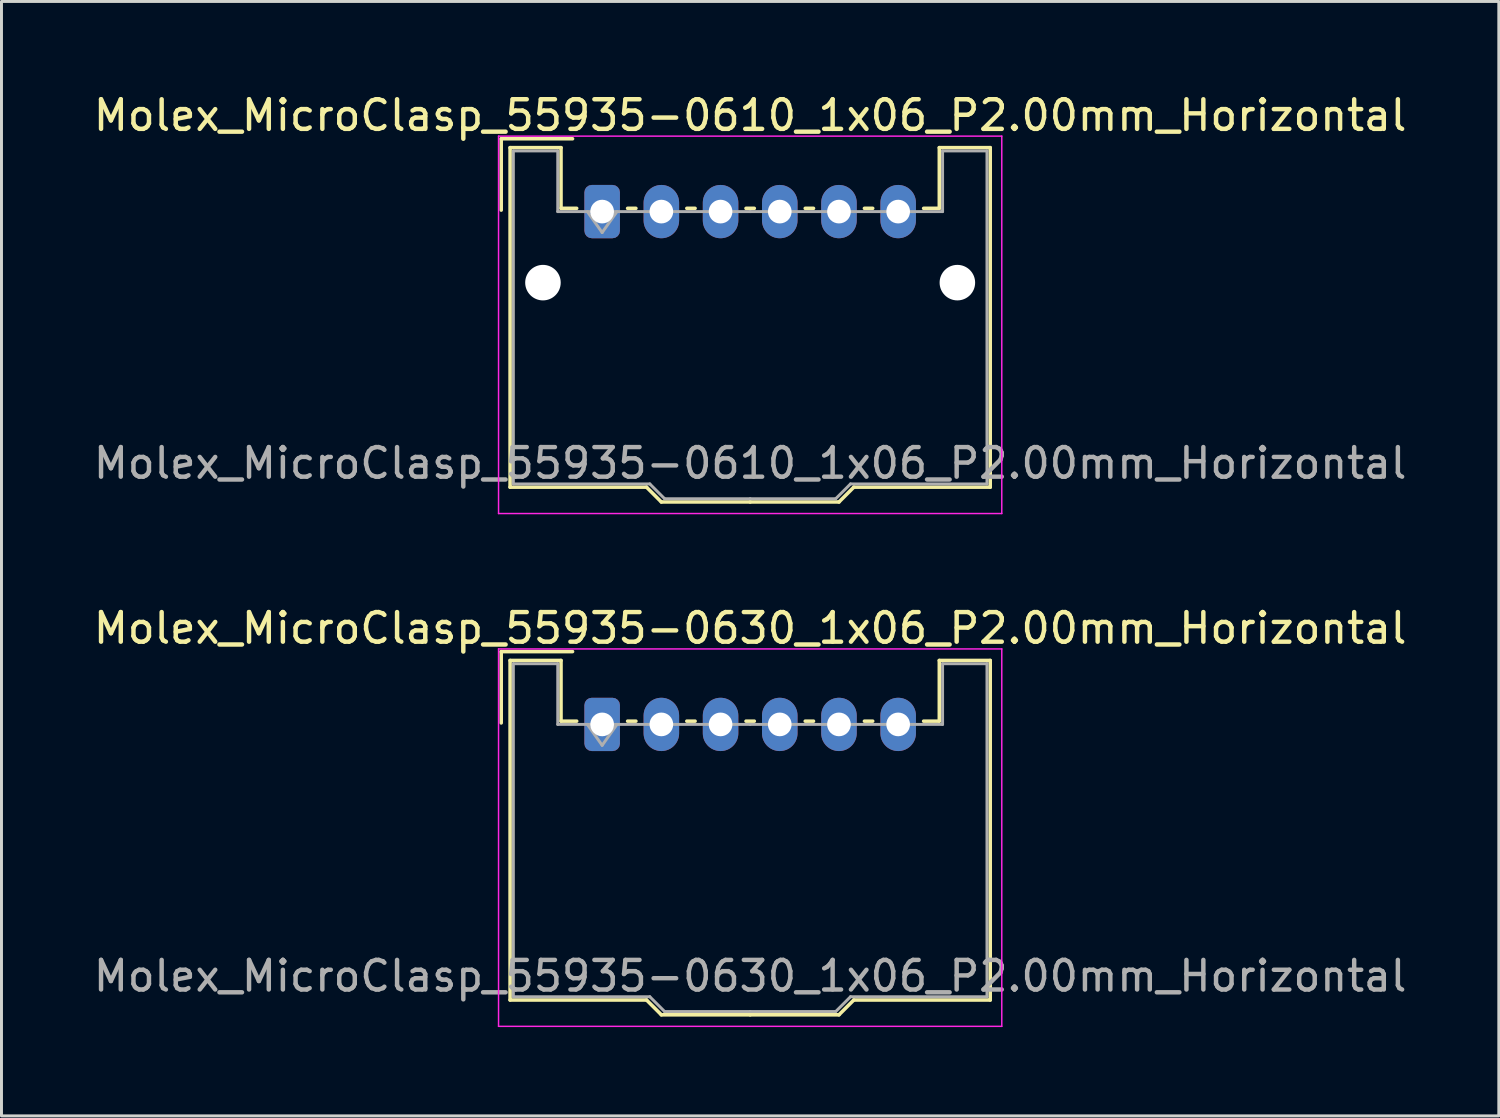
<source format=kicad_pcb>
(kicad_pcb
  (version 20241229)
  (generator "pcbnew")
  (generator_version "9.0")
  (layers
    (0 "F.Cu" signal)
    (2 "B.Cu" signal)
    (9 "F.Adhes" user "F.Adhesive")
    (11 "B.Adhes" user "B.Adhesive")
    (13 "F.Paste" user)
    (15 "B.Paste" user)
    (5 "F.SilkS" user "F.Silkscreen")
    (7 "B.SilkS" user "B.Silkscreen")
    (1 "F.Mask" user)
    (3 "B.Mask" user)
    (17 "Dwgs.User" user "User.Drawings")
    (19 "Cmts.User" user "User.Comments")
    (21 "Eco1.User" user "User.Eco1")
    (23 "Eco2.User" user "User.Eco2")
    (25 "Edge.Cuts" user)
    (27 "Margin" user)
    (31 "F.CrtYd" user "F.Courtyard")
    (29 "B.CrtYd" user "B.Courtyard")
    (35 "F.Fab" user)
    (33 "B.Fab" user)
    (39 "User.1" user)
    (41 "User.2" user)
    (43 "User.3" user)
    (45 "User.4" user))
  (footprint "Molex_MicroClasp_55935-0630_1x06_P2.00mm_Horizontal"
    (layer "F.Cu")
    (at 17.292 21.422)
    (property "Reference" "Molex_MicroClasp_55935-0630_1x06_P2.00mm_Horizontal" (at 5 -3.25 0) (layer "F.SilkS") (effects (font (size 1 1) (thickness 0.15))))
    (attr through_hole)
    (fp_line (start -3.41 -2.46) (end -1 -2.46) (stroke (width 0.12) (type solid)) (layer "F.SilkS"))
    (fp_line (start -3.41 -0.05) (end -3.41 -2.46) (stroke (width 0.12) (type solid)) (layer "F.SilkS"))
    (fp_line (start -3.11 -2.16) (end -1.39 -2.16) (stroke (width 0.12) (type solid)) (layer "F.SilkS"))
    (fp_line (start -3.11 9.31) (end -3.11 -2.16) (stroke (width 0.12) (type solid)) (layer "F.SilkS"))
    (fp_line (start -1.39 -2.16) (end -1.39 -0.11) (stroke (width 0.12) (type solid)) (layer "F.SilkS"))
    (fp_line (start -1.39 -0.11) (end -0.86 -0.11) (stroke (width 0.12) (type solid)) (layer "F.SilkS"))
    (fp_line (start 0.86 -0.11) (end 1.14 -0.11) (stroke (width 0.12) (type solid)) (layer "F.SilkS"))
    (fp_line (start 1.5 9.31) (end -3.11 9.31) (stroke (width 0.12) (type solid)) (layer "F.SilkS"))
    (fp_line (start 2 9.81) (end 1.5 9.31) (stroke (width 0.12) (type solid)) (layer "F.SilkS"))
    (fp_line (start 2.86 -0.11) (end 3.14 -0.11) (stroke (width 0.12) (type solid)) (layer "F.SilkS"))
    (fp_line (start 4.86 -0.11) (end 5.14 -0.11) (stroke (width 0.12) (type solid)) (layer "F.SilkS"))
    (fp_line (start 5 9.81) (end 2 9.81) (stroke (width 0.12) (type solid)) (layer "F.SilkS"))
    (fp_line (start 5 9.81) (end 8 9.81) (stroke (width 0.12) (type solid)) (layer "F.SilkS"))
    (fp_line (start 6.86 -0.11) (end 7.14 -0.11) (stroke (width 0.12) (type solid)) (layer "F.SilkS"))
    (fp_line (start 8 9.81) (end 8.5 9.31) (stroke (width 0.12) (type solid)) (layer "F.SilkS"))
    (fp_line (start 8.5 9.31) (end 13.11 9.31) (stroke (width 0.12) (type solid)) (layer "F.SilkS"))
    (fp_line (start 8.86 -0.11) (end 9.14 -0.11) (stroke (width 0.12) (type solid)) (layer "F.SilkS"))
    (fp_line (start 11.39 -2.16) (end 11.39 -0.11) (stroke (width 0.12) (type solid)) (layer "F.SilkS"))
    (fp_line (start 11.39 -0.11) (end 10.86 -0.11) (stroke (width 0.12) (type solid)) (layer "F.SilkS"))
    (fp_line (start 13.11 -2.16) (end 11.39 -2.16) (stroke (width 0.12) (type solid)) (layer "F.SilkS"))
    (fp_line (start 13.11 9.31) (end 13.11 -2.16) (stroke (width 0.12) (type solid)) (layer "F.SilkS"))
    (fp_line (start -3.5 -2.55) (end -3.5 10.2) (stroke (width 0.05) (type solid)) (layer "F.CrtYd"))
    (fp_line (start -3.5 10.2) (end 13.5 10.2) (stroke (width 0.05) (type solid)) (layer "F.CrtYd"))
    (fp_line (start 13.5 -2.55) (end -3.5 -2.55) (stroke (width 0.05) (type solid)) (layer "F.CrtYd"))
    (fp_line (start 13.5 10.2) (end 13.5 -2.55) (stroke (width 0.05) (type solid)) (layer "F.CrtYd"))
    (fp_line (start -3 -2.05) (end -1.5 -2.05) (stroke (width 0.1) (type solid)) (layer "F.Fab"))
    (fp_line (start -3 9.2) (end -3 -2.05) (stroke (width 0.1) (type solid)) (layer "F.Fab"))
    (fp_line (start -1.5 -2.05) (end -1.5 0) (stroke (width 0.1) (type solid)) (layer "F.Fab"))
    (fp_line (start -1.5 0) (end 5 0) (stroke (width 0.1) (type solid)) (layer "F.Fab"))
    (fp_line (start -0.5 0) (end 0 0.707) (stroke (width 0.1) (type solid)) (layer "F.Fab"))
    (fp_line (start 0 0.707) (end 0.5 0) (stroke (width 0.1) (type solid)) (layer "F.Fab"))
    (fp_line (start 1.61 9.2) (end -3 9.2) (stroke (width 0.1) (type solid)) (layer "F.Fab"))
    (fp_line (start 2.11 9.7) (end 1.61 9.2) (stroke (width 0.1) (type solid)) (layer "F.Fab"))
    (fp_line (start 5 9.7) (end 2.11 9.7) (stroke (width 0.1) (type solid)) (layer "F.Fab"))
    (fp_line (start 5 9.7) (end 7.89 9.7) (stroke (width 0.1) (type solid)) (layer "F.Fab"))
    (fp_line (start 7.89 9.7) (end 8.39 9.2) (stroke (width 0.1) (type solid)) (layer "F.Fab"))
    (fp_line (start 8.39 9.2) (end 13 9.2) (stroke (width 0.1) (type solid)) (layer "F.Fab"))
    (fp_line (start 11.5 -2.05) (end 11.5 0) (stroke (width 0.1) (type solid)) (layer "F.Fab"))
    (fp_line (start 11.5 0) (end 5 0) (stroke (width 0.1) (type solid)) (layer "F.Fab"))
    (fp_line (start 13 -2.05) (end 11.5 -2.05) (stroke (width 0.1) (type solid)) (layer "F.Fab"))
    (fp_line (start 13 9.2) (end 13 -2.05) (stroke (width 0.1) (type solid)) (layer "F.Fab"))
    (fp_text user "${REFERENCE}" (at 5 8.5 0) (layer "F.Fab") (effects (font (size 1 1) (thickness 0.15))))
    (pad "1" thru_hole roundrect (at 0 0) (size 1.2 1.8) (drill 0.8) (layers "*.Cu" "*.Mask") (roundrect_rratio 0.208))
    (pad "2" thru_hole oval (at 2 0) (size 1.2 1.8) (drill 0.8) (layers "*.Cu" "*.Mask"))
    (pad "3" thru_hole oval (at 4 0) (size 1.2 1.8) (drill 0.8) (layers "*.Cu" "*.Mask"))
    (pad "4" thru_hole oval (at 6 0) (size 1.2 1.8) (drill 0.8) (layers "*.Cu" "*.Mask"))
    (pad "5" thru_hole oval (at 8 0) (size 1.2 1.8) (drill 0.8) (layers "*.Cu" "*.Mask"))
    (pad "6" thru_hole oval (at 10 0) (size 1.2 1.8) (drill 0.8) (layers "*.Cu" "*.Mask")))
  (footprint "Molex_MicroClasp_55935-0610_1x06_P2.00mm_Horizontal"
    (layer "F.Cu")
    (at 17.292 4.098)
    (property "Reference" "Molex_MicroClasp_55935-0610_1x06_P2.00mm_Horizontal" (at 5 -3.25 0) (layer "F.SilkS") (effects (font (size 1 1) (thickness 0.15))))
    (attr through_hole)
    (fp_line (start -3.41 -2.46) (end -1 -2.46) (stroke (width 0.12) (type solid)) (layer "F.SilkS"))
    (fp_line (start -3.41 -0.05) (end -3.41 -2.46) (stroke (width 0.12) (type solid)) (layer "F.SilkS"))
    (fp_line (start -3.11 -2.16) (end -1.39 -2.16) (stroke (width 0.12) (type solid)) (layer "F.SilkS"))
    (fp_line (start -3.11 9.31) (end -3.11 -2.16) (stroke (width 0.12) (type solid)) (layer "F.SilkS"))
    (fp_line (start -1.39 -2.16) (end -1.39 -0.11) (stroke (width 0.12) (type solid)) (layer "F.SilkS"))
    (fp_line (start -1.39 -0.11) (end -0.86 -0.11) (stroke (width 0.12) (type solid)) (layer "F.SilkS"))
    (fp_line (start 0.86 -0.11) (end 1.14 -0.11) (stroke (width 0.12) (type solid)) (layer "F.SilkS"))
    (fp_line (start 1.5 9.31) (end -3.11 9.31) (stroke (width 0.12) (type solid)) (layer "F.SilkS"))
    (fp_line (start 2 9.81) (end 1.5 9.31) (stroke (width 0.12) (type solid)) (layer "F.SilkS"))
    (fp_line (start 2.86 -0.11) (end 3.14 -0.11) (stroke (width 0.12) (type solid)) (layer "F.SilkS"))
    (fp_line (start 4.86 -0.11) (end 5.14 -0.11) (stroke (width 0.12) (type solid)) (layer "F.SilkS"))
    (fp_line (start 5 9.81) (end 2 9.81) (stroke (width 0.12) (type solid)) (layer "F.SilkS"))
    (fp_line (start 5 9.81) (end 8 9.81) (stroke (width 0.12) (type solid)) (layer "F.SilkS"))
    (fp_line (start 6.86 -0.11) (end 7.14 -0.11) (stroke (width 0.12) (type solid)) (layer "F.SilkS"))
    (fp_line (start 8 9.81) (end 8.5 9.31) (stroke (width 0.12) (type solid)) (layer "F.SilkS"))
    (fp_line (start 8.5 9.31) (end 13.11 9.31) (stroke (width 0.12) (type solid)) (layer "F.SilkS"))
    (fp_line (start 8.86 -0.11) (end 9.14 -0.11) (stroke (width 0.12) (type solid)) (layer "F.SilkS"))
    (fp_line (start 11.39 -2.16) (end 11.39 -0.11) (stroke (width 0.12) (type solid)) (layer "F.SilkS"))
    (fp_line (start 11.39 -0.11) (end 10.86 -0.11) (stroke (width 0.12) (type solid)) (layer "F.SilkS"))
    (fp_line (start 13.11 -2.16) (end 11.39 -2.16) (stroke (width 0.12) (type solid)) (layer "F.SilkS"))
    (fp_line (start 13.11 9.31) (end 13.11 -2.16) (stroke (width 0.12) (type solid)) (layer "F.SilkS"))
    (fp_line (start -3.5 -2.55) (end -3.5 10.2) (stroke (width 0.05) (type solid)) (layer "F.CrtYd"))
    (fp_line (start -3.5 10.2) (end 13.5 10.2) (stroke (width 0.05) (type solid)) (layer "F.CrtYd"))
    (fp_line (start 13.5 -2.55) (end -3.5 -2.55) (stroke (width 0.05) (type solid)) (layer "F.CrtYd"))
    (fp_line (start 13.5 10.2) (end 13.5 -2.55) (stroke (width 0.05) (type solid)) (layer "F.CrtYd"))
    (fp_line (start -3 -2.05) (end -1.5 -2.05) (stroke (width 0.1) (type solid)) (layer "F.Fab"))
    (fp_line (start -3 9.2) (end -3 -2.05) (stroke (width 0.1) (type solid)) (layer "F.Fab"))
    (fp_line (start -1.5 -2.05) (end -1.5 0) (stroke (width 0.1) (type solid)) (layer "F.Fab"))
    (fp_line (start -1.5 0) (end 5 0) (stroke (width 0.1) (type solid)) (layer "F.Fab"))
    (fp_line (start -0.5 0) (end 0 0.707) (stroke (width 0.1) (type solid)) (layer "F.Fab"))
    (fp_line (start 0 0.707) (end 0.5 0) (stroke (width 0.1) (type solid)) (layer "F.Fab"))
    (fp_line (start 1.61 9.2) (end -3 9.2) (stroke (width 0.1) (type solid)) (layer "F.Fab"))
    (fp_line (start 2.11 9.7) (end 1.61 9.2) (stroke (width 0.1) (type solid)) (layer "F.Fab"))
    (fp_line (start 5 9.7) (end 2.11 9.7) (stroke (width 0.1) (type solid)) (layer "F.Fab"))
    (fp_line (start 5 9.7) (end 7.89 9.7) (stroke (width 0.1) (type solid)) (layer "F.Fab"))
    (fp_line (start 7.89 9.7) (end 8.39 9.2) (stroke (width 0.1) (type solid)) (layer "F.Fab"))
    (fp_line (start 8.39 9.2) (end 13 9.2) (stroke (width 0.1) (type solid)) (layer "F.Fab"))
    (fp_line (start 11.5 -2.05) (end 11.5 0) (stroke (width 0.1) (type solid)) (layer "F.Fab"))
    (fp_line (start 11.5 0) (end 5 0) (stroke (width 0.1) (type solid)) (layer "F.Fab"))
    (fp_line (start 13 -2.05) (end 11.5 -2.05) (stroke (width 0.1) (type solid)) (layer "F.Fab"))
    (fp_line (start 13 9.2) (end 13 -2.05) (stroke (width 0.1) (type solid)) (layer "F.Fab"))
    (fp_text user "${REFERENCE}" (at 5 8.5 0) (layer "F.Fab") (effects (font (size 1 1) (thickness 0.15))))
    (pad "" np_thru_hole circle (at -2 2.4) (size 1.2 1.2) (drill 1.2) (layers "*.Cu" "*.Mask"))
    (pad "" np_thru_hole circle (at 12 2.4) (size 1.2 1.2) (drill 1.2) (layers "*.Cu" "*.Mask"))
    (pad "1" thru_hole roundrect (at 0 0) (size 1.2 1.8) (drill 0.8) (layers "*.Cu" "*.Mask") (roundrect_rratio 0.208))
    (pad "2" thru_hole oval (at 2 0) (size 1.2 1.8) (drill 0.8) (layers "*.Cu" "*.Mask"))
    (pad "3" thru_hole oval (at 4 0) (size 1.2 1.8) (drill 0.8) (layers "*.Cu" "*.Mask"))
    (pad "4" thru_hole oval (at 6 0) (size 1.2 1.8) (drill 0.8) (layers "*.Cu" "*.Mask"))
    (pad "5" thru_hole oval (at 8 0) (size 1.2 1.8) (drill 0.8) (layers "*.Cu" "*.Mask"))
    (pad "6" thru_hole oval (at 10 0) (size 1.2 1.8) (drill 0.8) (layers "*.Cu" "*.Mask")))
  (gr_rect
    (start -3 -3)
    (end 47.583 34.647)
    (stroke (width 0.1) (type default))
    (fill no)
    (layer "Edge.Cuts")))
</source>
